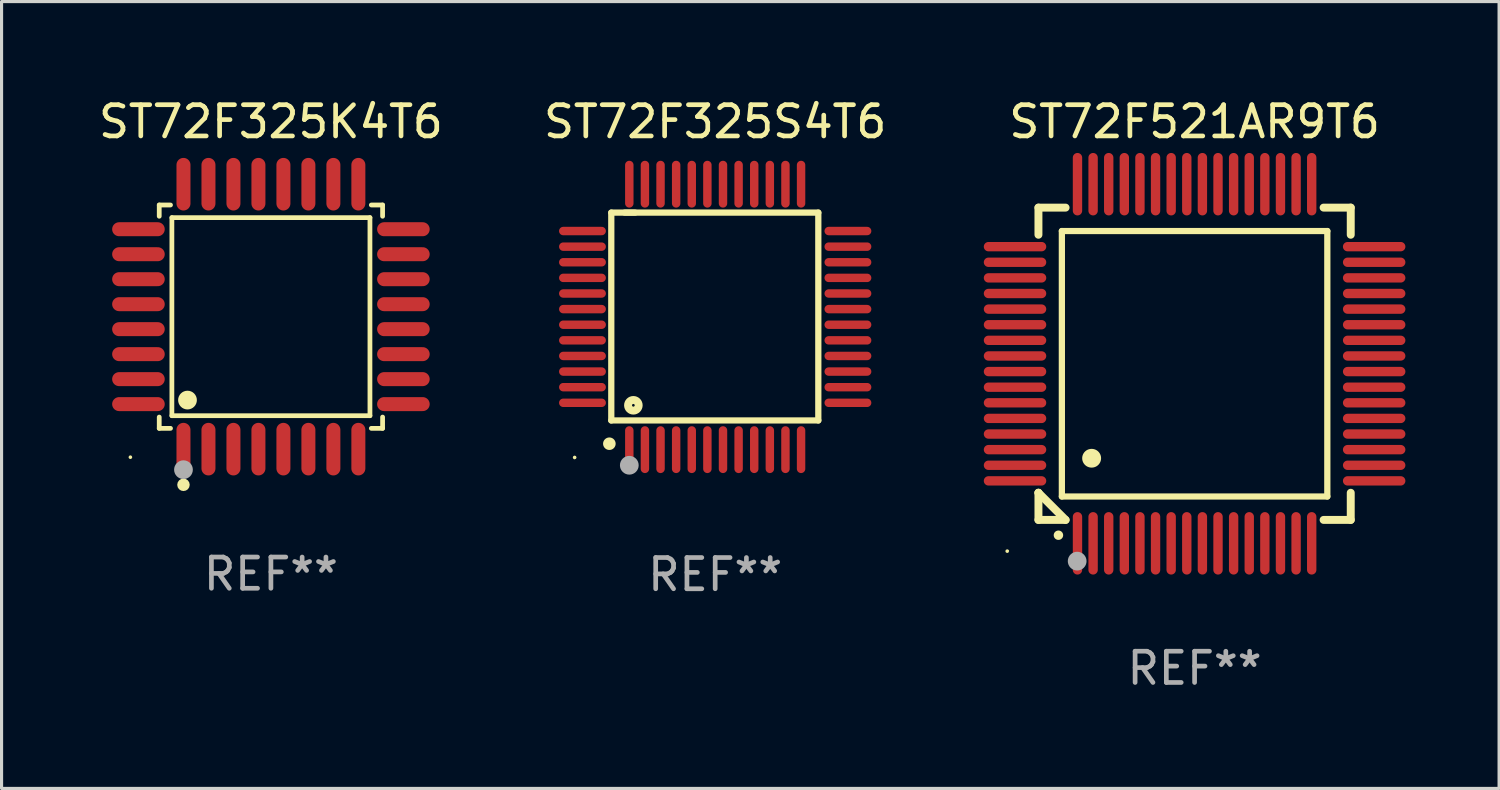
<source format=kicad_pcb>
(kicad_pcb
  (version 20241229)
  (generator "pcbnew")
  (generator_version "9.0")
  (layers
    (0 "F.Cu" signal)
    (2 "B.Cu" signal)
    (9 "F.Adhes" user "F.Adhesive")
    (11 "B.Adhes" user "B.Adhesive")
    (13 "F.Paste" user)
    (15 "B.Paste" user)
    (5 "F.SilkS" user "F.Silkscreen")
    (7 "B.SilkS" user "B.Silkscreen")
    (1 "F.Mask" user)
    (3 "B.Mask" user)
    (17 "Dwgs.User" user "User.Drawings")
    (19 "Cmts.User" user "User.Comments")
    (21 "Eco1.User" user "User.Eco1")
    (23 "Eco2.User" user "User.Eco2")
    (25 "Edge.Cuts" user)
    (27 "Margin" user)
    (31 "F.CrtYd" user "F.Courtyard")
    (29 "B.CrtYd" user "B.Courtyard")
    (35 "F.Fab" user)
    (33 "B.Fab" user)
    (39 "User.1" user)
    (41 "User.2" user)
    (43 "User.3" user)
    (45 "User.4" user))
  (footprint "ST72F325S4T6"
    (layer "F.Cu")
    (at 19.851 7.098)
    (property "Reference" "ST72F325S4T6" (at 0 -6.25 0) (layer "F.SilkS") (effects (font (size 1 1) (thickness 0.15))))
    (attr through_hole)
    (fp_line (start -3.327 -3.34) (end -2.565 -3.34) (stroke (width 0.2) (type solid)) (layer "F.SilkS"))
    (fp_line (start -3.327 3.315) (end -3.327 -3.34) (stroke (width 0.2) (type solid)) (layer "F.SilkS"))
    (fp_line (start -2.896 -3.34) (end 3.302 -3.34) (stroke (width 0.2) (type solid)) (layer "F.SilkS"))
    (fp_line (start 3.302 -3.34) (end 3.302 3.315) (stroke (width 0.2) (type solid)) (layer "F.SilkS"))
    (fp_line (start 3.302 3.315) (end -3.327 3.315) (stroke (width 0.2) (type solid)) (layer "F.SilkS"))
    (fp_arc (start -3.389992 4.059995) (mid -3.388722 4.059991) (end -3.387452 4.059995) (stroke (width 0.4) (type solid)) (layer "F.SilkS"))
    (fp_circle (center -4.5 4.5) (end -4.47 4.5) (stroke (width 0.06) (type solid)) (fill no) (layer "F.SilkS"))
    (fp_circle (center -2.62 2.83) (end -2.45 2.83) (stroke (width 0.254) (type solid)) (fill no) (layer "F.SilkS"))
    (fp_circle (center -2.75 4.75) (end -2.6 4.75) (stroke (width 0.3) (type solid)) (fill no) (layer "F.Fab"))
    (fp_text user "REF**" (at 0 8.25 0) (layer "F.Fab") (effects (font (size 1 1) (thickness 0.15))))
    (pad "1" smd oval (at -2.75 4.25) (size 0.27 1.5) (layers "F.Cu" "F.Mask" "F.Paste"))
    (pad "2" smd oval (at -2.25 4.25) (size 0.27 1.5) (layers "F.Cu" "F.Mask" "F.Paste"))
    (pad "3" smd oval (at -1.75 4.25) (size 0.27 1.5) (layers "F.Cu" "F.Mask" "F.Paste"))
    (pad "4" smd oval (at -1.25 4.25) (size 0.27 1.5) (layers "F.Cu" "F.Mask" "F.Paste"))
    (pad "5" smd oval (at -0.75 4.25) (size 0.27 1.5) (layers "F.Cu" "F.Mask" "F.Paste"))
    (pad "6" smd oval (at -0.25 4.25) (size 0.27 1.5) (layers "F.Cu" "F.Mask" "F.Paste"))
    (pad "7" smd oval (at 0.25 4.25) (size 0.27 1.5) (layers "F.Cu" "F.Mask" "F.Paste"))
    (pad "8" smd oval (at 0.75 4.25) (size 0.27 1.5) (layers "F.Cu" "F.Mask" "F.Paste"))
    (pad "9" smd oval (at 1.25 4.25) (size 0.27 1.5) (layers "F.Cu" "F.Mask" "F.Paste"))
    (pad "10" smd oval (at 1.75 4.25) (size 0.27 1.5) (layers "F.Cu" "F.Mask" "F.Paste"))
    (pad "11" smd oval (at 2.25 4.25) (size 0.27 1.5) (layers "F.Cu" "F.Mask" "F.Paste"))
    (pad "12" smd oval (at 2.75 4.25) (size 0.27 1.5) (layers "F.Cu" "F.Mask" "F.Paste"))
    (pad "13" smd oval (at 4.25 2.75) (size 1.5 0.27) (layers "F.Cu" "F.Mask" "F.Paste"))
    (pad "14" smd oval (at 4.25 2.25) (size 1.5 0.27) (layers "F.Cu" "F.Mask" "F.Paste"))
    (pad "15" smd oval (at 4.25 1.75) (size 1.5 0.27) (layers "F.Cu" "F.Mask" "F.Paste"))
    (pad "16" smd oval (at 4.25 1.25) (size 1.5 0.27) (layers "F.Cu" "F.Mask" "F.Paste"))
    (pad "17" smd oval (at 4.25 0.75) (size 1.5 0.27) (layers "F.Cu" "F.Mask" "F.Paste"))
    (pad "18" smd oval (at 4.25 0.25) (size 1.5 0.27) (layers "F.Cu" "F.Mask" "F.Paste"))
    (pad "19" smd oval (at 4.25 -0.25) (size 1.5 0.27) (layers "F.Cu" "F.Mask" "F.Paste"))
    (pad "20" smd oval (at 4.25 -0.75) (size 1.5 0.27) (layers "F.Cu" "F.Mask" "F.Paste"))
    (pad "21" smd oval (at 4.25 -1.25) (size 1.5 0.27) (layers "F.Cu" "F.Mask" "F.Paste"))
    (pad "22" smd oval (at 4.25 -1.75) (size 1.5 0.27) (layers "F.Cu" "F.Mask" "F.Paste"))
    (pad "23" smd oval (at 4.25 -2.25) (size 1.5 0.27) (layers "F.Cu" "F.Mask" "F.Paste"))
    (pad "24" smd oval (at 4.25 -2.75) (size 1.5 0.27) (layers "F.Cu" "F.Mask" "F.Paste"))
    (pad "25" smd oval (at 2.75 -4.25) (size 0.27 1.5) (layers "F.Cu" "F.Mask" "F.Paste"))
    (pad "26" smd oval (at 2.25 -4.25) (size 0.27 1.5) (layers "F.Cu" "F.Mask" "F.Paste"))
    (pad "27" smd oval (at 1.75 -4.25) (size 0.27 1.5) (layers "F.Cu" "F.Mask" "F.Paste"))
    (pad "28" smd oval (at 1.25 -4.25) (size 0.27 1.5) (layers "F.Cu" "F.Mask" "F.Paste"))
    (pad "29" smd oval (at 0.75 -4.25) (size 0.27 1.5) (layers "F.Cu" "F.Mask" "F.Paste"))
    (pad "30" smd oval (at 0.25 -4.25) (size 0.27 1.5) (layers "F.Cu" "F.Mask" "F.Paste"))
    (pad "31" smd oval (at -0.25 -4.25) (size 0.27 1.5) (layers "F.Cu" "F.Mask" "F.Paste"))
    (pad "32" smd oval (at -0.75 -4.25) (size 0.27 1.5) (layers "F.Cu" "F.Mask" "F.Paste"))
    (pad "33" smd oval (at -1.25 -4.25) (size 0.27 1.5) (layers "F.Cu" "F.Mask" "F.Paste"))
    (pad "34" smd oval (at -1.75 -4.25) (size 0.27 1.5) (layers "F.Cu" "F.Mask" "F.Paste"))
    (pad "35" smd oval (at -2.25 -4.25) (size 0.27 1.5) (layers "F.Cu" "F.Mask" "F.Paste"))
    (pad "36" smd oval (at -2.75 -4.25) (size 0.27 1.5) (layers "F.Cu" "F.Mask" "F.Paste"))
    (pad "37" smd oval (at -4.25 -2.75) (size 1.5 0.27) (layers "F.Cu" "F.Mask" "F.Paste"))
    (pad "38" smd oval (at -4.25 -2.25) (size 1.5 0.27) (layers "F.Cu" "F.Mask" "F.Paste"))
    (pad "39" smd oval (at -4.25 -1.75) (size 1.5 0.27) (layers "F.Cu" "F.Mask" "F.Paste"))
    (pad "40" smd oval (at -4.25 -1.25) (size 1.5 0.27) (layers "F.Cu" "F.Mask" "F.Paste"))
    (pad "41" smd oval (at -4.25 -0.75) (size 1.5 0.27) (layers "F.Cu" "F.Mask" "F.Paste"))
    (pad "42" smd oval (at -4.25 -0.25) (size 1.5 0.27) (layers "F.Cu" "F.Mask" "F.Paste"))
    (pad "43" smd oval (at -4.25 0.25) (size 1.5 0.27) (layers "F.Cu" "F.Mask" "F.Paste"))
    (pad "44" smd oval (at -4.25 0.75) (size 1.5 0.27) (layers "F.Cu" "F.Mask" "F.Paste"))
    (pad "45" smd oval (at -4.25 1.25) (size 1.5 0.27) (layers "F.Cu" "F.Mask" "F.Paste"))
    (pad "46" smd oval (at -4.25 1.75) (size 1.5 0.27) (layers "F.Cu" "F.Mask" "F.Paste"))
    (pad "47" smd oval (at -4.25 2.25) (size 1.5 0.27) (layers "F.Cu" "F.Mask" "F.Paste"))
    (pad "48" smd oval (at -4.25 2.75) (size 1.5 0.27) (layers "F.Cu" "F.Mask" "F.Paste")))
  (footprint "ST72F521AR9T6"
    (layer "F.Cu")
    (at 35.202 8.598)
    (property "Reference" "ST72F521AR9T6" (at 0 -7.75 0) (layer "F.SilkS") (effects (font (size 1 1) (thickness 0.15))))
    (attr through_hole)
    (fp_line (start -5 -5) (end -4.131 -5) (stroke (width 0.254) (type solid)) (layer "F.SilkS"))
    (fp_line (start -5 -4.131) (end -5 -5) (stroke (width 0.254) (type solid)) (layer "F.SilkS"))
    (fp_line (start -5 4.131) (end -5 4.131) (stroke (width 0.254) (type solid)) (layer "F.SilkS"))
    (fp_line (start -5 5) (end -5 4.131) (stroke (width 0.254) (type solid)) (layer "F.SilkS"))
    (fp_line (start -5 4.131) (end -4.131 5) (stroke (width 0.254) (type solid)) (layer "F.SilkS"))
    (fp_line (start -4.25 -4.25) (end -4.25 4.25) (stroke (width 0.2) (type solid)) (layer "F.SilkS"))
    (fp_line (start -4.25 4.25) (end 4.25 4.25) (stroke (width 0.2) (type solid)) (layer "F.SilkS"))
    (fp_line (start -4.131 5) (end -5 5) (stroke (width 0.254) (type solid)) (layer "F.SilkS"))
    (fp_line (start 4.25 -4.25) (end -4.25 -4.25) (stroke (width 0.2) (type solid)) (layer "F.SilkS"))
    (fp_line (start 4.25 4.25) (end 4.25 -4.25) (stroke (width 0.2) (type solid)) (layer "F.SilkS"))
    (fp_line (start 5 -5) (end 4.131 -5) (stroke (width 0.254) (type solid)) (layer "F.SilkS"))
    (fp_line (start 5 -5) (end 5 -4.131) (stroke (width 0.254) (type solid)) (layer "F.SilkS"))
    (fp_line (start 5 4.131) (end 5 5) (stroke (width 0.254) (type solid)) (layer "F.SilkS"))
    (fp_line (start 5 5) (end 4.131 5) (stroke (width 0.254) (type solid)) (layer "F.SilkS"))
    (fp_arc (start -4.361265 5.489992) (mid -4.359995 5.489987) (end -4.358725 5.489992) (stroke (width 0.3) (type solid)) (layer "F.SilkS"))
    (fp_arc (start -3.299467 3.025146) (mid -3.296927 3.025135) (end -3.294387 3.025146) (stroke (width 0.6) (type solid)) (layer "F.SilkS"))
    (fp_circle (center -6 6) (end -5.97 6) (stroke (width 0.06) (type solid)) (fill no) (layer "F.SilkS"))
    (fp_circle (center -3.76 6.32) (end -3.61 6.32) (stroke (width 0.3) (type solid)) (fill no) (layer "F.Fab"))
    (fp_text user "REF**" (at 0 9.75 0) (layer "F.Fab") (effects (font (size 1 1) (thickness 0.15))))
    (pad "1" smd oval (at -3.75 5.75) (size 0.3 2) (layers "F.Cu" "F.Mask" "F.Paste"))
    (pad "2" smd oval (at -3.25 5.75) (size 0.3 2) (layers "F.Cu" "F.Mask" "F.Paste"))
    (pad "3" smd oval (at -2.75 5.75) (size 0.3 2) (layers "F.Cu" "F.Mask" "F.Paste"))
    (pad "4" smd oval (at -2.25 5.75) (size 0.3 2) (layers "F.Cu" "F.Mask" "F.Paste"))
    (pad "5" smd oval (at -1.75 5.75) (size 0.3 2) (layers "F.Cu" "F.Mask" "F.Paste"))
    (pad "6" smd oval (at -1.25 5.75) (size 0.3 2) (layers "F.Cu" "F.Mask" "F.Paste"))
    (pad "7" smd oval (at -0.75 5.75) (size 0.3 2) (layers "F.Cu" "F.Mask" "F.Paste"))
    (pad "8" smd oval (at -0.25 5.75) (size 0.3 2) (layers "F.Cu" "F.Mask" "F.Paste"))
    (pad "9" smd oval (at 0.25 5.75) (size 0.3 2) (layers "F.Cu" "F.Mask" "F.Paste"))
    (pad "10" smd oval (at 0.75 5.75) (size 0.3 2) (layers "F.Cu" "F.Mask" "F.Paste"))
    (pad "11" smd oval (at 1.25 5.75) (size 0.3 2) (layers "F.Cu" "F.Mask" "F.Paste"))
    (pad "12" smd oval (at 1.75 5.75) (size 0.3 2) (layers "F.Cu" "F.Mask" "F.Paste"))
    (pad "13" smd oval (at 2.25 5.75) (size 0.3 2) (layers "F.Cu" "F.Mask" "F.Paste"))
    (pad "14" smd oval (at 2.75 5.75) (size 0.3 2) (layers "F.Cu" "F.Mask" "F.Paste"))
    (pad "15" smd oval (at 3.25 5.75) (size 0.3 2) (layers "F.Cu" "F.Mask" "F.Paste"))
    (pad "16" smd oval (at 3.75 5.75) (size 0.3 2) (layers "F.Cu" "F.Mask" "F.Paste"))
    (pad "17" smd oval (at 5.75 3.75) (size 2 0.3) (layers "F.Cu" "F.Mask" "F.Paste"))
    (pad "18" smd oval (at 5.75 3.25) (size 2 0.3) (layers "F.Cu" "F.Mask" "F.Paste"))
    (pad "19" smd oval (at 5.75 2.75) (size 2 0.3) (layers "F.Cu" "F.Mask" "F.Paste"))
    (pad "20" smd oval (at 5.75 2.25) (size 2 0.3) (layers "F.Cu" "F.Mask" "F.Paste"))
    (pad "21" smd oval (at 5.75 1.75) (size 2 0.3) (layers "F.Cu" "F.Mask" "F.Paste"))
    (pad "22" smd oval (at 5.75 1.25) (size 2 0.3) (layers "F.Cu" "F.Mask" "F.Paste"))
    (pad "23" smd oval (at 5.75 0.75) (size 2 0.3) (layers "F.Cu" "F.Mask" "F.Paste"))
    (pad "24" smd oval (at 5.75 0.25) (size 2 0.3) (layers "F.Cu" "F.Mask" "F.Paste"))
    (pad "25" smd oval (at 5.75 -0.25) (size 2 0.3) (layers "F.Cu" "F.Mask" "F.Paste"))
    (pad "26" smd oval (at 5.75 -0.75) (size 2 0.3) (layers "F.Cu" "F.Mask" "F.Paste"))
    (pad "27" smd oval (at 5.75 -1.25) (size 2 0.3) (layers "F.Cu" "F.Mask" "F.Paste"))
    (pad "28" smd oval (at 5.75 -1.75) (size 2 0.3) (layers "F.Cu" "F.Mask" "F.Paste"))
    (pad "29" smd oval (at 5.75 -2.25) (size 2 0.3) (layers "F.Cu" "F.Mask" "F.Paste"))
    (pad "30" smd oval (at 5.75 -2.75) (size 2 0.3) (layers "F.Cu" "F.Mask" "F.Paste"))
    (pad "31" smd oval (at 5.75 -3.25) (size 2 0.3) (layers "F.Cu" "F.Mask" "F.Paste"))
    (pad "32" smd oval (at 5.75 -3.75) (size 2 0.3) (layers "F.Cu" "F.Mask" "F.Paste"))
    (pad "33" smd oval (at 3.75 -5.75) (size 0.3 2) (layers "F.Cu" "F.Mask" "F.Paste"))
    (pad "34" smd oval (at 3.25 -5.75) (size 0.3 2) (layers "F.Cu" "F.Mask" "F.Paste"))
    (pad "35" smd oval (at 2.75 -5.75) (size 0.3 2) (layers "F.Cu" "F.Mask" "F.Paste"))
    (pad "36" smd oval (at 2.25 -5.75) (size 0.3 2) (layers "F.Cu" "F.Mask" "F.Paste"))
    (pad "37" smd oval (at 1.75 -5.75) (size 0.3 2) (layers "F.Cu" "F.Mask" "F.Paste"))
    (pad "38" smd oval (at 1.25 -5.75) (size 0.3 2) (layers "F.Cu" "F.Mask" "F.Paste"))
    (pad "39" smd oval (at 0.75 -5.75) (size 0.3 2) (layers "F.Cu" "F.Mask" "F.Paste"))
    (pad "40" smd oval (at 0.25 -5.75) (size 0.3 2) (layers "F.Cu" "F.Mask" "F.Paste"))
    (pad "41" smd oval (at -0.25 -5.75) (size 0.3 2) (layers "F.Cu" "F.Mask" "F.Paste"))
    (pad "42" smd oval (at -0.75 -5.75) (size 0.3 2) (layers "F.Cu" "F.Mask" "F.Paste"))
    (pad "43" smd oval (at -1.25 -5.75) (size 0.3 2) (layers "F.Cu" "F.Mask" "F.Paste"))
    (pad "44" smd oval (at -1.75 -5.75) (size 0.3 2) (layers "F.Cu" "F.Mask" "F.Paste"))
    (pad "45" smd oval (at -2.25 -5.75) (size 0.3 2) (layers "F.Cu" "F.Mask" "F.Paste"))
    (pad "46" smd oval (at -2.75 -5.75) (size 0.3 2) (layers "F.Cu" "F.Mask" "F.Paste"))
    (pad "47" smd oval (at -3.25 -5.75) (size 0.3 2) (layers "F.Cu" "F.Mask" "F.Paste"))
    (pad "48" smd oval (at -3.75 -5.75) (size 0.3 2) (layers "F.Cu" "F.Mask" "F.Paste"))
    (pad "49" smd oval (at -5.75 -3.75) (size 2 0.3) (layers "F.Cu" "F.Mask" "F.Paste"))
    (pad "50" smd oval (at -5.75 -3.25) (size 2 0.3) (layers "F.Cu" "F.Mask" "F.Paste"))
    (pad "51" smd oval (at -5.75 -2.75) (size 2 0.3) (layers "F.Cu" "F.Mask" "F.Paste"))
    (pad "52" smd oval (at -5.75 -2.25) (size 2 0.3) (layers "F.Cu" "F.Mask" "F.Paste"))
    (pad "53" smd oval (at -5.75 -1.75) (size 2 0.3) (layers "F.Cu" "F.Mask" "F.Paste"))
    (pad "54" smd oval (at -5.75 -1.25) (size 2 0.3) (layers "F.Cu" "F.Mask" "F.Paste"))
    (pad "55" smd oval (at -5.75 -0.75) (size 2 0.3) (layers "F.Cu" "F.Mask" "F.Paste"))
    (pad "56" smd oval (at -5.75 -0.25) (size 2 0.3) (layers "F.Cu" "F.Mask" "F.Paste"))
    (pad "57" smd oval (at -5.75 0.25) (size 2 0.3) (layers "F.Cu" "F.Mask" "F.Paste"))
    (pad "58" smd oval (at -5.75 0.75) (size 2 0.3) (layers "F.Cu" "F.Mask" "F.Paste"))
    (pad "59" smd oval (at -5.75 1.25) (size 2 0.3) (layers "F.Cu" "F.Mask" "F.Paste"))
    (pad "60" smd oval (at -5.75 1.75) (size 2 0.3) (layers "F.Cu" "F.Mask" "F.Paste"))
    (pad "61" smd oval (at -5.75 2.25) (size 2 0.3) (layers "F.Cu" "F.Mask" "F.Paste"))
    (pad "62" smd oval (at -5.75 2.75) (size 2 0.3) (layers "F.Cu" "F.Mask" "F.Paste"))
    (pad "63" smd oval (at -5.75 3.25) (size 2 0.3) (layers "F.Cu" "F.Mask" "F.Paste"))
    (pad "64" smd oval (at -5.75 3.75) (size 2 0.3) (layers "F.Cu" "F.Mask" "F.Paste")))
  (footprint "ST72F325K4T6"
    (layer "F.Cu")
    (at 5.625 7.09)
    (property "Reference" "ST72F325K4T6" (at 0 -6.242 0) (layer "F.SilkS") (effects (font (size 1 1) (thickness 0.15))))
    (attr through_hole)
    (fp_line (start -3.576 -3.576) (end -3.215 -3.576) (stroke (width 0.152) (type solid)) (layer "F.SilkS"))
    (fp_line (start -3.576 -3.215) (end -3.576 -3.576) (stroke (width 0.152) (type solid)) (layer "F.SilkS"))
    (fp_line (start -3.576 3.215) (end -3.576 3.576) (stroke (width 0.152) (type solid)) (layer "F.SilkS"))
    (fp_line (start -3.576 3.576) (end -3.215 3.576) (stroke (width 0.152) (type solid)) (layer "F.SilkS"))
    (fp_line (start -3.171 -3.171) (end 3.171 -3.171) (stroke (width 0.152) (type solid)) (layer "F.SilkS"))
    (fp_line (start -3.171 3.171) (end -3.171 -3.171) (stroke (width 0.152) (type solid)) (layer "F.SilkS"))
    (fp_line (start 3.171 -3.171) (end 3.171 3.171) (stroke (width 0.152) (type solid)) (layer "F.SilkS"))
    (fp_line (start 3.171 3.171) (end -3.171 3.171) (stroke (width 0.152) (type solid)) (layer "F.SilkS"))
    (fp_line (start 3.576 -3.576) (end 3.215 -3.576) (stroke (width 0.152) (type solid)) (layer "F.SilkS"))
    (fp_line (start 3.576 -3.215) (end 3.576 -3.576) (stroke (width 0.152) (type solid)) (layer "F.SilkS"))
    (fp_line (start 3.576 3.215) (end 3.576 3.576) (stroke (width 0.152) (type solid)) (layer "F.SilkS"))
    (fp_line (start 3.576 3.576) (end 3.215 3.576) (stroke (width 0.152) (type solid)) (layer "F.SilkS"))
    (fp_circle (center -4.5 4.5) (end -4.47 4.5) (stroke (width 0.06) (type solid)) (fill no) (layer "F.SilkS"))
    (fp_circle (center -2.8 5.384) (end -2.7 5.384) (stroke (width 0.2) (type solid)) (fill no) (layer "F.SilkS"))
    (fp_circle (center -2.671 2.671) (end -2.521 2.671) (stroke (width 0.3) (type solid)) (fill no) (layer "F.SilkS"))
    (fp_circle (center -2.8 4.9) (end -2.65 4.9) (stroke (width 0.3) (type solid)) (fill no) (layer "F.Fab"))
    (fp_text user "REF**" (at 0 8.242 0) (layer "F.Fab") (effects (font (size 1 1) (thickness 0.15))))
    (pad "1" smd oval (at -2.8 4.242) (size 0.448 1.684) (layers "F.Cu" "F.Mask" "F.Paste"))
    (pad "2" smd oval (at -2 4.242) (size 0.448 1.684) (layers "F.Cu" "F.Mask" "F.Paste"))
    (pad "3" smd oval (at -1.2 4.242) (size 0.448 1.684) (layers "F.Cu" "F.Mask" "F.Paste"))
    (pad "4" smd oval (at -0.4 4.242) (size 0.448 1.684) (layers "F.Cu" "F.Mask" "F.Paste"))
    (pad "5" smd oval (at 0.4 4.242) (size 0.448 1.684) (layers "F.Cu" "F.Mask" "F.Paste"))
    (pad "6" smd oval (at 1.2 4.242) (size 0.448 1.684) (layers "F.Cu" "F.Mask" "F.Paste"))
    (pad "7" smd oval (at 2 4.242) (size 0.448 1.684) (layers "F.Cu" "F.Mask" "F.Paste"))
    (pad "8" smd oval (at 2.8 4.242) (size 0.448 1.684) (layers "F.Cu" "F.Mask" "F.Paste"))
    (pad "9" smd oval (at 4.242 2.8) (size 1.684 0.448) (layers "F.Cu" "F.Mask" "F.Paste"))
    (pad "10" smd oval (at 4.242 2) (size 1.684 0.448) (layers "F.Cu" "F.Mask" "F.Paste"))
    (pad "11" smd oval (at 4.242 1.2) (size 1.684 0.448) (layers "F.Cu" "F.Mask" "F.Paste"))
    (pad "12" smd oval (at 4.242 0.4) (size 1.684 0.448) (layers "F.Cu" "F.Mask" "F.Paste"))
    (pad "13" smd oval (at 4.242 -0.4) (size 1.684 0.448) (layers "F.Cu" "F.Mask" "F.Paste"))
    (pad "14" smd oval (at 4.242 -1.2) (size 1.684 0.448) (layers "F.Cu" "F.Mask" "F.Paste"))
    (pad "15" smd oval (at 4.242 -2) (size 1.684 0.448) (layers "F.Cu" "F.Mask" "F.Paste"))
    (pad "16" smd oval (at 4.242 -2.8) (size 1.684 0.448) (layers "F.Cu" "F.Mask" "F.Paste"))
    (pad "17" smd oval (at 2.8 -4.242) (size 0.448 1.684) (layers "F.Cu" "F.Mask" "F.Paste"))
    (pad "18" smd oval (at 2 -4.242) (size 0.448 1.684) (layers "F.Cu" "F.Mask" "F.Paste"))
    (pad "19" smd oval (at 1.2 -4.242) (size 0.448 1.684) (layers "F.Cu" "F.Mask" "F.Paste"))
    (pad "20" smd oval (at 0.4 -4.242) (size 0.448 1.684) (layers "F.Cu" "F.Mask" "F.Paste"))
    (pad "21" smd oval (at -0.4 -4.242) (size 0.448 1.684) (layers "F.Cu" "F.Mask" "F.Paste"))
    (pad "22" smd oval (at -1.2 -4.242) (size 0.448 1.684) (layers "F.Cu" "F.Mask" "F.Paste"))
    (pad "23" smd oval (at -2 -4.242) (size 0.448 1.684) (layers "F.Cu" "F.Mask" "F.Paste"))
    (pad "24" smd oval (at -2.8 -4.242) (size 0.448 1.684) (layers "F.Cu" "F.Mask" "F.Paste"))
    (pad "25" smd oval (at -4.242 -2.8) (size 1.684 0.448) (layers "F.Cu" "F.Mask" "F.Paste"))
    (pad "26" smd oval (at -4.242 -2) (size 1.684 0.448) (layers "F.Cu" "F.Mask" "F.Paste"))
    (pad "27" smd oval (at -4.242 -1.2) (size 1.684 0.448) (layers "F.Cu" "F.Mask" "F.Paste"))
    (pad "28" smd oval (at -4.242 -0.4) (size 1.684 0.448) (layers "F.Cu" "F.Mask" "F.Paste"))
    (pad "29" smd oval (at -4.242 0.4) (size 1.684 0.448) (layers "F.Cu" "F.Mask" "F.Paste"))
    (pad "30" smd oval (at -4.242 1.2) (size 1.684 0.448) (layers "F.Cu" "F.Mask" "F.Paste"))
    (pad "31" smd oval (at -4.242 2) (size 1.684 0.448) (layers "F.Cu" "F.Mask" "F.Paste"))
    (pad "32" smd oval (at -4.242 2.8) (size 1.684 0.448) (layers "F.Cu" "F.Mask" "F.Paste")))
  (gr_rect
    (start -3 -3)
    (end 44.952 22.196)
    (stroke (width 0.1) (type default))
    (fill no)
    (layer "Edge.Cuts")))
</source>
